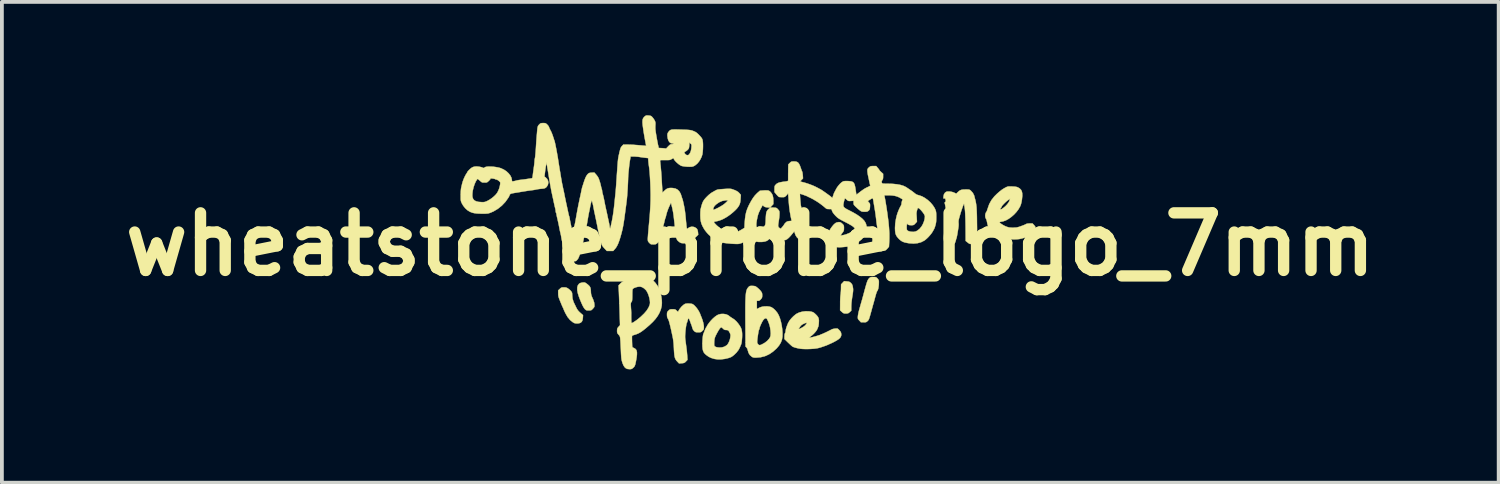
<source format=kicad_pcb>
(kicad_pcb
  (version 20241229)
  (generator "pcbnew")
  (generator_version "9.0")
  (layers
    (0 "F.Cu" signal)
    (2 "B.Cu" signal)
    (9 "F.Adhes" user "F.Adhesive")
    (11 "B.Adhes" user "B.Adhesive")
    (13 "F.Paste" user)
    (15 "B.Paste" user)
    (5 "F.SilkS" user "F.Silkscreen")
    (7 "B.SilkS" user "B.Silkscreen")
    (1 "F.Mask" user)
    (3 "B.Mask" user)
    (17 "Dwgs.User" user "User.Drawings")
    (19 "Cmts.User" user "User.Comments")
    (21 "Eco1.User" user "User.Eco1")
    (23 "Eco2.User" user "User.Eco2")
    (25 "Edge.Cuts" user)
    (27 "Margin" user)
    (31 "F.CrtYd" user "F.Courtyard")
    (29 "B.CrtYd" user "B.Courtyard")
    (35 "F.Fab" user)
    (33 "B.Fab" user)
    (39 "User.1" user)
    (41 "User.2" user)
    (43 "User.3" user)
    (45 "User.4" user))
  (footprint "wheatstone_probe_logo_7mm"
    (layer "F.Cu")
    (at 16.808 3.418)
    (property "Reference" "wheatstone_probe_logo_7mm" (at 0 0 0) (layer "F.SilkS") (effects (font (size 1.524 1.524) (thickness 0.3))))
    (attr through_hole)
    (fp_poly (pts (xy 2.555 0.98) (xy 2.595 0.984) (xy 2.621 0.991) (xy 2.642 1.004) (xy 2.664 1.023) (xy 2.686 1.048) (xy 2.7 1.074) (xy 2.71 1.109) (xy 2.713 1.127) (xy 2.718 1.156) (xy 2.721 1.183) (xy 2.721 1.212) (xy 2.719 1.245) (xy 2.714 1.288) (xy 2.706 1.342) (xy 2.694 1.413) (xy 2.694 1.416) (xy 2.685 1.481) (xy 2.677 1.549) (xy 2.673 1.614) (xy 2.672 1.651) (xy 2.672 1.755) (xy 2.631 1.792) (xy 2.606 1.813) (xy 2.585 1.824) (xy 2.558 1.828) (xy 2.53 1.829) (xy 2.494 1.828) (xy 2.47 1.822) (xy 2.448 1.809) (xy 2.423 1.787) (xy 2.377 1.745) (xy 2.378 1.576) (xy 2.378 1.513) (xy 2.38 1.451) (xy 2.383 1.395) (xy 2.387 1.352) (xy 2.389 1.336) (xy 2.394 1.293) (xy 2.398 1.239) (xy 2.401 1.183) (xy 2.401 1.161) (xy 2.403 1.058) (xy 2.484 0.973) (xy 2.555 0.98)) (stroke (width 0.01) (type solid)) (fill yes) (layer "F.SilkS"))
    (fp_poly (pts (xy -4.382 1.009) (xy -4.359 1.02) (xy -4.33 1.04) (xy -4.329 1.041) (xy -4.283 1.078) (xy -4.252 1.11) (xy -4.233 1.145) (xy -4.224 1.187) (xy -4.22 1.238) (xy -4.218 1.281) (xy -4.214 1.316) (xy -4.206 1.35) (xy -4.192 1.387) (xy -4.171 1.434) (xy -4.158 1.463) (xy -4.133 1.538) (xy -4.127 1.587) (xy -4.125 1.623) (xy -4.127 1.647) (xy -4.136 1.666) (xy -4.154 1.688) (xy -4.166 1.701) (xy -4.19 1.726) (xy -4.208 1.74) (xy -4.228 1.746) (xy -4.258 1.747) (xy -4.277 1.748) (xy -4.314 1.747) (xy -4.338 1.743) (xy -4.356 1.733) (xy -4.376 1.715) (xy -4.381 1.709) (xy -4.406 1.676) (xy -4.436 1.623) (xy -4.469 1.551) (xy -4.507 1.46) (xy -4.535 1.387) (xy -4.565 1.292) (xy -4.58 1.211) (xy -4.58 1.142) (xy -4.565 1.087) (xy -4.534 1.045) (xy -4.521 1.034) (xy -4.496 1.022) (xy -4.46 1.013) (xy -4.437 1.009) (xy -4.405 1.007) (xy -4.382 1.009)) (stroke (width 0.01) (type solid)) (fill yes) (layer "F.SilkS"))
    (fp_poly (pts (xy -4.893 1.139) (xy -4.864 1.146) (xy -4.837 1.159) (xy -4.822 1.169) (xy -4.788 1.195) (xy -4.756 1.225) (xy -4.745 1.237) (xy -4.729 1.259) (xy -4.719 1.28) (xy -4.715 1.306) (xy -4.714 1.345) (xy -4.714 1.347) (xy -4.706 1.431) (xy -4.681 1.516) (xy -4.66 1.562) (xy -4.649 1.584) (xy -4.632 1.619) (xy -4.613 1.658) (xy -4.609 1.668) (xy -4.585 1.712) (xy -4.561 1.748) (xy -4.529 1.783) (xy -4.5 1.81) (xy -4.427 1.874) (xy -4.432 1.948) (xy -4.441 2.006) (xy -4.461 2.048) (xy -4.494 2.075) (xy -4.54 2.09) (xy -4.589 2.092) (xy -4.629 2.09) (xy -4.661 2.081) (xy -4.695 2.061) (xy -4.699 2.059) (xy -4.771 2) (xy -4.835 1.923) (xy -4.889 1.83) (xy -4.893 1.822) (xy -4.912 1.782) (xy -4.927 1.75) (xy -4.936 1.729) (xy -4.938 1.723) (xy -4.942 1.711) (xy -4.952 1.687) (xy -4.964 1.664) (xy -4.978 1.633) (xy -4.997 1.589) (xy -5.018 1.538) (xy -5.036 1.494) (xy -5.057 1.441) (xy -5.071 1.401) (xy -5.079 1.368) (xy -5.083 1.336) (xy -5.084 1.299) (xy -5.084 1.297) (xy -5.085 1.218) (xy -5.042 1.178) (xy -5.018 1.156) (xy -4.997 1.144) (xy -4.974 1.139) (xy -4.939 1.138) (xy -4.934 1.138) (xy -4.893 1.139)) (stroke (width 0.01) (type solid)) (fill yes) (layer "F.SilkS"))
    (fp_poly (pts (xy 3.293 0.864) (xy 3.318 0.867) (xy 3.336 0.874) (xy 3.352 0.888) (xy 3.367 0.904) (xy 3.388 0.93) (xy 3.399 0.952) (xy 3.403 0.98) (xy 3.403 1.003) (xy 3.401 1.068) (xy 3.394 1.127) (xy 3.385 1.176) (xy 3.373 1.211) (xy 3.366 1.223) (xy 3.354 1.242) (xy 3.34 1.276) (xy 3.327 1.317) (xy 3.323 1.331) (xy 3.309 1.38) (xy 3.293 1.439) (xy 3.277 1.499) (xy 3.27 1.524) (xy 3.254 1.58) (xy 3.237 1.64) (xy 3.222 1.696) (xy 3.216 1.717) (xy 3.194 1.798) (xy 3.176 1.862) (xy 3.162 1.911) (xy 3.15 1.948) (xy 3.141 1.974) (xy 3.132 1.993) (xy 3.124 2.007) (xy 3.115 2.018) (xy 3.104 2.029) (xy 3.103 2.029) (xy 3.083 2.047) (xy 3.065 2.057) (xy 3.041 2.061) (xy 3.005 2.062) (xy 2.999 2.062) (xy 2.929 2.062) (xy 2.886 2.016) (xy 2.862 1.99) (xy 2.85 1.97) (xy 2.846 1.948) (xy 2.847 1.916) (xy 2.847 1.907) (xy 2.852 1.868) (xy 2.861 1.818) (xy 2.873 1.767) (xy 2.878 1.748) (xy 2.892 1.697) (xy 2.909 1.636) (xy 2.927 1.572) (xy 2.941 1.524) (xy 2.959 1.462) (xy 2.978 1.393) (xy 2.996 1.327) (xy 3.007 1.285) (xy 3.032 1.192) (xy 3.053 1.117) (xy 3.07 1.057) (xy 3.085 1.01) (xy 3.098 0.973) (xy 3.11 0.946) (xy 3.122 0.925) (xy 3.134 0.909) (xy 3.145 0.897) (xy 3.163 0.88) (xy 3.18 0.87) (xy 3.202 0.865) (xy 3.234 0.864) (xy 3.254 0.864) (xy 3.293 0.864)) (stroke (width 0.01) (type solid)) (fill yes) (layer "F.SilkS"))
    (fp_poly (pts (xy -0.646 1.85) (xy -0.588 1.874) (xy -0.554 1.899) (xy -0.524 1.923) (xy -0.491 1.944) (xy -0.488 1.946) (xy -0.427 1.985) (xy -0.366 2.041) (xy -0.319 2.097) (xy -0.278 2.155) (xy -0.249 2.206) (xy -0.231 2.256) (xy -0.221 2.312) (xy -0.217 2.351) (xy -0.216 2.399) (xy -0.217 2.453) (xy -0.221 2.509) (xy -0.226 2.562) (xy -0.233 2.608) (xy -0.241 2.641) (xy -0.245 2.651) (xy -0.253 2.669) (xy -0.266 2.699) (xy -0.274 2.72) (xy -0.311 2.792) (xy -0.367 2.864) (xy -0.432 2.927) (xy -0.47 2.957) (xy -0.503 2.979) (xy -0.54 2.995) (xy -0.587 3.01) (xy -0.677 3.031) (xy -0.77 3.042) (xy -0.86 3.043) (xy -0.94 3.033) (xy -0.962 3.028) (xy -1.038 3.004) (xy -1.102 2.973) (xy -1.161 2.931) (xy -1.172 2.922) (xy -1.208 2.889) (xy -1.233 2.855) (xy -1.25 2.816) (xy -1.261 2.768) (xy -1.267 2.705) (xy -1.267 2.688) (xy -1.268 2.65) (xy -0.956 2.65) (xy -0.955 2.676) (xy -0.953 2.681) (xy -0.936 2.702) (xy -0.903 2.718) (xy -0.859 2.727) (xy -0.81 2.73) (xy -0.758 2.727) (xy -0.71 2.716) (xy -0.669 2.699) (xy -0.669 2.699) (xy -0.639 2.68) (xy -0.615 2.662) (xy -0.607 2.654) (xy -0.582 2.617) (xy -0.558 2.567) (xy -0.539 2.511) (xy -0.529 2.463) (xy -0.524 2.423) (xy -0.524 2.395) (xy -0.53 2.371) (xy -0.54 2.347) (xy -0.561 2.307) (xy -0.579 2.283) (xy -0.6 2.27) (xy -0.627 2.266) (xy -0.64 2.266) (xy -0.672 2.263) (xy -0.695 2.253) (xy -0.72 2.232) (xy -0.721 2.23) (xy -0.744 2.209) (xy -0.762 2.196) (xy -0.768 2.195) (xy -0.786 2.204) (xy -0.809 2.229) (xy -0.837 2.27) (xy -0.868 2.323) (xy -0.895 2.374) (xy -0.919 2.422) (xy -0.934 2.458) (xy -0.944 2.489) (xy -0.95 2.523) (xy -0.954 2.564) (xy -0.954 2.57) (xy -0.956 2.613) (xy -0.956 2.65) (xy -1.268 2.65) (xy -1.268 2.639) (xy -1.267 2.584) (xy -1.264 2.527) (xy -1.26 2.472) (xy -1.254 2.424) (xy -1.248 2.386) (xy -1.241 2.364) (xy -1.24 2.362) (xy -1.233 2.348) (xy -1.222 2.321) (xy -1.209 2.286) (xy -1.194 2.248) (xy -1.179 2.215) (xy -1.167 2.196) (xy -1.153 2.176) (xy -1.148 2.163) (xy -1.142 2.151) (xy -1.127 2.127) (xy -1.105 2.096) (xy -1.093 2.079) (xy -1.043 2.018) (xy -0.989 1.962) (xy -0.934 1.914) (xy -0.883 1.878) (xy -0.845 1.859) (xy -0.779 1.842) (xy -0.711 1.84) (xy -0.646 1.85)) (stroke (width 0.01) (type solid)) (fill yes) (layer "F.SilkS"))
    (fp_poly (pts (xy 1.552 1.772) (xy 1.609 1.78) (xy 1.642 1.789) (xy 1.668 1.8) (xy 1.694 1.818) (xy 1.726 1.847) (xy 1.734 1.854) (xy 1.772 1.895) (xy 1.797 1.932) (xy 1.811 1.972) (xy 1.816 2.019) (xy 1.813 2.081) (xy 1.813 2.086) (xy 1.809 2.126) (xy 1.804 2.158) (xy 1.799 2.177) (xy 1.798 2.179) (xy 1.791 2.195) (xy 1.781 2.221) (xy 1.779 2.228) (xy 1.759 2.269) (xy 1.725 2.315) (xy 1.681 2.364) (xy 1.632 2.409) (xy 1.613 2.423) (xy 1.549 2.472) (xy 1.599 2.464) (xy 1.631 2.458) (xy 1.672 2.448) (xy 1.718 2.436) (xy 1.765 2.422) (xy 1.808 2.409) (xy 1.841 2.398) (xy 1.861 2.389) (xy 1.864 2.387) (xy 1.882 2.378) (xy 1.888 2.377) (xy 1.901 2.373) (xy 1.928 2.361) (xy 1.966 2.344) (xy 2.01 2.324) (xy 2.056 2.301) (xy 2.1 2.279) (xy 2.139 2.259) (xy 2.16 2.248) (xy 2.182 2.24) (xy 2.216 2.233) (xy 2.245 2.229) (xy 2.28 2.226) (xy 2.302 2.227) (xy 2.319 2.235) (xy 2.339 2.253) (xy 2.343 2.257) (xy 2.381 2.299) (xy 2.402 2.34) (xy 2.408 2.385) (xy 2.404 2.42) (xy 2.392 2.451) (xy 2.369 2.481) (xy 2.334 2.511) (xy 2.284 2.544) (xy 2.218 2.58) (xy 2.179 2.6) (xy 2.014 2.674) (xy 1.854 2.729) (xy 1.793 2.745) (xy 1.742 2.754) (xy 1.676 2.762) (xy 1.601 2.767) (xy 1.523 2.77) (xy 1.448 2.77) (xy 1.38 2.767) (xy 1.337 2.763) (xy 1.272 2.752) (xy 1.211 2.738) (xy 1.161 2.723) (xy 1.124 2.708) (xy 1.119 2.705) (xy 1.102 2.692) (xy 1.074 2.668) (xy 1.039 2.636) (xy 1.001 2.6) (xy 0.998 2.597) (xy 0.904 2.505) (xy 0.904 2.438) (xy 0.907 2.39) (xy 0.915 2.358) (xy 0.919 2.351) (xy 0.93 2.327) (xy 0.934 2.301) (xy 0.939 2.261) (xy 0.945 2.238) (xy 1.28 2.238) (xy 1.288 2.24) (xy 1.31 2.233) (xy 1.341 2.218) (xy 1.378 2.198) (xy 1.406 2.181) (xy 1.442 2.153) (xy 1.471 2.123) (xy 1.489 2.095) (xy 1.494 2.078) (xy 1.485 2.075) (xy 1.465 2.08) (xy 1.436 2.09) (xy 1.403 2.106) (xy 1.372 2.123) (xy 1.356 2.134) (xy 1.34 2.149) (xy 1.32 2.174) (xy 1.301 2.201) (xy 1.286 2.224) (xy 1.28 2.238) (xy 0.945 2.238) (xy 0.952 2.21) (xy 0.972 2.152) (xy 0.995 2.095) (xy 1.008 2.068) (xy 1.042 2.013) (xy 1.089 1.956) (xy 1.143 1.901) (xy 1.2 1.854) (xy 1.226 1.836) (xy 1.295 1.803) (xy 1.376 1.781) (xy 1.463 1.77) (xy 1.552 1.772)) (stroke (width 0.01) (type solid)) (fill yes) (layer "F.SilkS"))
    (fp_poly (pts (xy -1.62 1.566) (xy -1.576 1.569) (xy -1.54 1.576) (xy -1.532 1.579) (xy -1.497 1.601) (xy -1.459 1.638) (xy -1.419 1.684) (xy -1.381 1.738) (xy -1.349 1.793) (xy -1.326 1.844) (xy -1.312 1.883) (xy -1.296 1.922) (xy -1.29 1.935) (xy -1.263 2.01) (xy -1.243 2.084) (xy -1.231 2.152) (xy -1.229 2.186) (xy -1.23 2.222) (xy -1.234 2.246) (xy -1.245 2.265) (xy -1.264 2.285) (xy -1.268 2.289) (xy -1.289 2.309) (xy -1.307 2.32) (xy -1.329 2.325) (xy -1.362 2.327) (xy -1.378 2.327) (xy -1.417 2.326) (xy -1.442 2.322) (xy -1.462 2.313) (xy -1.482 2.297) (xy -1.486 2.294) (xy -1.516 2.257) (xy -1.534 2.21) (xy -1.534 2.21) (xy -1.544 2.173) (xy -1.555 2.139) (xy -1.559 2.129) (xy -1.571 2.1) (xy -1.584 2.064) (xy -1.59 2.047) (xy -1.602 2.013) (xy -1.615 1.982) (xy -1.62 1.971) (xy -1.634 1.946) (xy -1.65 1.985) (xy -1.66 2.014) (xy -1.666 2.037) (xy -1.666 2.041) (xy -1.672 2.062) (xy -1.676 2.068) (xy -1.684 2.085) (xy -1.692 2.118) (xy -1.7 2.164) (xy -1.708 2.219) (xy -1.715 2.278) (xy -1.72 2.338) (xy -1.724 2.394) (xy -1.725 2.444) (xy -1.724 2.479) (xy -1.721 2.51) (xy -1.715 2.556) (xy -1.708 2.61) (xy -1.7 2.667) (xy -1.699 2.677) (xy -1.69 2.743) (xy -1.681 2.814) (xy -1.675 2.883) (xy -1.67 2.938) (xy -1.663 3.056) (xy -1.703 3.098) (xy -1.725 3.12) (xy -1.745 3.133) (xy -1.768 3.14) (xy -1.804 3.145) (xy -1.814 3.145) (xy -1.885 3.151) (xy -1.932 3.102) (xy -1.957 3.074) (xy -1.976 3.045) (xy -1.991 3.013) (xy -2.002 2.973) (xy -2.01 2.923) (xy -2.016 2.86) (xy -2.021 2.781) (xy -2.022 2.753) (xy -2.026 2.675) (xy -2.031 2.609) (xy -2.038 2.55) (xy -2.047 2.49) (xy -2.06 2.422) (xy -2.067 2.393) (xy -2.09 2.285) (xy -2.11 2.195) (xy -2.128 2.123) (xy -2.143 2.065) (xy -2.156 2.021) (xy -2.168 1.989) (xy -2.179 1.968) (xy -2.181 1.965) (xy -2.195 1.939) (xy -2.202 1.911) (xy -2.205 1.872) (xy -2.205 1.861) (xy -2.204 1.824) (xy -2.2 1.799) (xy -2.191 1.781) (xy -2.173 1.761) (xy -2.166 1.755) (xy -2.145 1.735) (xy -2.126 1.723) (xy -2.104 1.718) (xy -2.071 1.717) (xy -2.057 1.717) (xy -2.019 1.718) (xy -1.995 1.721) (xy -1.976 1.73) (xy -1.956 1.747) (xy -1.949 1.755) (xy -1.927 1.774) (xy -1.913 1.783) (xy -1.91 1.782) (xy -1.905 1.769) (xy -1.891 1.744) (xy -1.872 1.713) (xy -1.871 1.711) (xy -1.824 1.652) (xy -1.771 1.603) (xy -1.73 1.576) (xy -1.704 1.569) (xy -1.665 1.565) (xy -1.62 1.566)) (stroke (width 0.01) (type solid)) (fill yes) (layer "F.SilkS"))
    (fp_poly (pts (xy 5.745 -1.453) (xy 5.777 -1.451) (xy 5.798 -1.447) (xy 5.814 -1.439) (xy 5.831 -1.426) (xy 5.838 -1.42) (xy 5.89 -1.362) (xy 5.924 -1.295) (xy 5.934 -1.257) (xy 5.942 -1.223) (xy 5.95 -1.194) (xy 5.953 -1.184) (xy 5.958 -1.165) (xy 5.965 -1.132) (xy 5.973 -1.09) (xy 5.978 -1.056) (xy 5.983 -1.02) (xy 5.987 -0.979) (xy 5.99 -0.928) (xy 5.993 -0.867) (xy 5.996 -0.793) (xy 5.998 -0.704) (xy 5.999 -0.597) (xy 6 -0.53) (xy 6.005 -0.112) (xy 5.961 -0.064) (xy 5.934 -0.038) (xy 5.912 -0.023) (xy 5.888 -0.016) (xy 5.861 -0.013) (xy 5.83 -0.011) (xy 5.808 -0.014) (xy 5.786 -0.025) (xy 5.758 -0.046) (xy 5.753 -0.05) (xy 5.7 -0.092) (xy 5.699 -0.287) (xy 5.698 -0.439) (xy 5.696 -0.575) (xy 5.693 -0.694) (xy 5.689 -0.794) (xy 5.684 -0.877) (xy 5.678 -0.94) (xy 5.674 -0.968) (xy 5.667 -1.009) (xy 5.662 -1.043) (xy 5.659 -1.065) (xy 5.659 -1.068) (xy 5.656 -1.076) (xy 5.654 -1.075) (xy 5.648 -1.063) (xy 5.637 -1.036) (xy 5.622 -0.998) (xy 5.607 -0.954) (xy 5.591 -0.909) (xy 5.577 -0.866) (xy 5.567 -0.833) (xy 5.553 -0.787) (xy 5.538 -0.734) (xy 5.527 -0.696) (xy 5.514 -0.642) (xy 5.51 -0.597) (xy 5.512 -0.571) (xy 5.514 -0.532) (xy 5.512 -0.484) (xy 5.507 -0.444) (xy 5.493 -0.352) (xy 5.481 -0.28) (xy 5.471 -0.225) (xy 5.463 -0.187) (xy 5.458 -0.166) (xy 5.456 -0.161) (xy 5.448 -0.141) (xy 5.441 -0.111) (xy 5.44 -0.105) (xy 5.423 -0.052) (xy 5.393 -0.014) (xy 5.349 0.01) (xy 5.291 0.02) (xy 5.276 0.02) (xy 5.24 0.019) (xy 5.216 0.014) (xy 5.195 0.002) (xy 5.173 -0.018) (xy 5.146 -0.048) (xy 5.131 -0.079) (xy 5.126 -0.104) (xy 5.122 -0.159) (xy 5.125 -0.231) (xy 5.134 -0.319) (xy 5.149 -0.421) (xy 5.169 -0.535) (xy 5.181 -0.594) (xy 5.191 -0.642) (xy 5.196 -0.681) (xy 5.198 -0.718) (xy 5.196 -0.76) (xy 5.192 -0.813) (xy 5.177 -0.938) (xy 5.155 -1.053) (xy 5.146 -1.088) (xy 5.145 -1.11) (xy 5.159 -1.123) (xy 5.159 -1.123) (xy 5.17 -1.132) (xy 5.173 -1.146) (xy 5.17 -1.173) (xy 5.169 -1.177) (xy 5.162 -1.204) (xy 5.154 -1.216) (xy 5.14 -1.217) (xy 5.134 -1.216) (xy 5.119 -1.214) (xy 5.112 -1.219) (xy 5.111 -1.235) (xy 5.113 -1.267) (xy 5.125 -1.323) (xy 5.152 -1.366) (xy 5.183 -1.39) (xy 5.216 -1.399) (xy 5.261 -1.4) (xy 5.313 -1.394) (xy 5.363 -1.382) (xy 5.395 -1.369) (xy 5.451 -1.342) (xy 5.491 -1.381) (xy 5.526 -1.412) (xy 5.558 -1.433) (xy 5.592 -1.445) (xy 5.635 -1.451) (xy 5.692 -1.453) (xy 5.699 -1.453) (xy 5.745 -1.453)) (stroke (width 0.01) (type solid)) (fill yes) (layer "F.SilkS"))
    (fp_poly (pts (xy 0.049 1.098) (xy 0.088 1.1) (xy 0.12 1.105) (xy 0.138 1.11) (xy 0.18 1.14) (xy 0.225 1.179) (xy 0.266 1.221) (xy 0.279 1.238) (xy 0.299 1.266) (xy 0.31 1.29) (xy 0.314 1.318) (xy 0.315 1.348) (xy 0.314 1.385) (xy 0.309 1.409) (xy 0.297 1.43) (xy 0.278 1.453) (xy 0.252 1.479) (xy 0.229 1.491) (xy 0.207 1.494) (xy 0.173 1.494) (xy 0.173 1.607) (xy 0.173 1.656) (xy 0.174 1.687) (xy 0.176 1.705) (xy 0.18 1.71) (xy 0.186 1.708) (xy 0.191 1.704) (xy 0.209 1.692) (xy 0.24 1.676) (xy 0.264 1.665) (xy 0.317 1.649) (xy 0.38 1.641) (xy 0.445 1.64) (xy 0.505 1.647) (xy 0.555 1.661) (xy 0.559 1.663) (xy 0.608 1.695) (xy 0.66 1.743) (xy 0.71 1.804) (xy 0.725 1.826) (xy 0.757 1.886) (xy 0.786 1.962) (xy 0.811 2.05) (xy 0.831 2.145) (xy 0.845 2.243) (xy 0.852 2.339) (xy 0.851 2.43) (xy 0.851 2.439) (xy 0.837 2.523) (xy 0.807 2.602) (xy 0.759 2.679) (xy 0.697 2.752) (xy 0.599 2.84) (xy 0.496 2.909) (xy 0.388 2.958) (xy 0.274 2.987) (xy 0.155 2.997) (xy 0.153 2.997) (xy 0.109 2.996) (xy 0.079 2.992) (xy 0.056 2.983) (xy 0.041 2.974) (xy -0.012 2.928) (xy -0.046 2.872) (xy -0.062 2.819) (xy -0.077 2.766) (xy -0.099 2.73) (xy -0.126 2.702) (xy -0.127 2.566) (xy 0.182 2.566) (xy 0.182 2.592) (xy 0.186 2.611) (xy 0.195 2.628) (xy 0.205 2.641) (xy 0.223 2.66) (xy 0.244 2.667) (xy 0.272 2.662) (xy 0.309 2.646) (xy 0.381 2.606) (xy 0.445 2.557) (xy 0.495 2.503) (xy 0.521 2.464) (xy 0.536 2.419) (xy 0.541 2.36) (xy 0.536 2.284) (xy 0.523 2.196) (xy 0.512 2.149) (xy 0.496 2.099) (xy 0.478 2.05) (xy 0.459 2.008) (xy 0.441 1.975) (xy 0.426 1.957) (xy 0.423 1.955) (xy 0.397 1.955) (xy 0.369 1.974) (xy 0.339 2.007) (xy 0.311 2.055) (xy 0.31 2.057) (xy 0.282 2.115) (xy 0.263 2.159) (xy 0.251 2.19) (xy 0.245 2.212) (xy 0.244 2.223) (xy 0.24 2.243) (xy 0.235 2.25) (xy 0.228 2.264) (xy 0.219 2.296) (xy 0.21 2.347) (xy 0.2 2.414) (xy 0.191 2.474) (xy 0.185 2.528) (xy 0.182 2.566) (xy -0.127 2.566) (xy -0.13 2.08) (xy -0.131 1.927) (xy -0.131 1.792) (xy -0.131 1.675) (xy -0.13 1.574) (xy -0.128 1.488) (xy -0.125 1.415) (xy -0.121 1.353) (xy -0.116 1.303) (xy -0.11 1.261) (xy -0.102 1.227) (xy -0.093 1.199) (xy -0.082 1.176) (xy -0.069 1.156) (xy -0.055 1.138) (xy -0.054 1.137) (xy -0.034 1.116) (xy -0.017 1.104) (xy 0.004 1.099) (xy 0.036 1.098) (xy 0.049 1.098)) (stroke (width 0.01) (type solid)) (fill yes) (layer "F.SilkS"))
    (fp_poly (pts (xy 6.904 -1.533) (xy 6.933 -1.532) (xy 6.989 -1.529) (xy 7.03 -1.524) (xy 7.061 -1.517) (xy 7.085 -1.507) (xy 7.087 -1.506) (xy 7.132 -1.478) (xy 7.165 -1.444) (xy 7.186 -1.403) (xy 7.197 -1.352) (xy 7.199 -1.287) (xy 7.191 -1.206) (xy 7.19 -1.193) (xy 7.178 -1.122) (xy 7.164 -1.065) (xy 7.147 -1.018) (xy 7.143 -1.009) (xy 7.1 -0.933) (xy 7.045 -0.859) (xy 6.981 -0.79) (xy 6.91 -0.728) (xy 6.836 -0.675) (xy 6.763 -0.635) (xy 6.692 -0.61) (xy 6.661 -0.604) (xy 6.629 -0.599) (xy 6.606 -0.593) (xy 6.598 -0.589) (xy 6.602 -0.577) (xy 6.62 -0.558) (xy 6.65 -0.537) (xy 6.686 -0.514) (xy 6.726 -0.492) (xy 6.766 -0.474) (xy 6.773 -0.471) (xy 6.815 -0.457) (xy 6.851 -0.448) (xy 6.888 -0.444) (xy 6.935 -0.443) (xy 6.955 -0.443) (xy 7.004 -0.444) (xy 7.043 -0.447) (xy 7.081 -0.455) (xy 7.123 -0.467) (xy 7.162 -0.481) (xy 7.208 -0.498) (xy 7.249 -0.514) (xy 7.281 -0.528) (xy 7.294 -0.536) (xy 7.319 -0.547) (xy 7.356 -0.552) (xy 7.395 -0.554) (xy 7.469 -0.554) (xy 7.509 -0.511) (xy 7.531 -0.486) (xy 7.543 -0.466) (xy 7.548 -0.442) (xy 7.549 -0.406) (xy 7.549 -0.403) (xy 7.547 -0.361) (xy 7.541 -0.333) (xy 7.528 -0.311) (xy 7.528 -0.311) (xy 7.499 -0.285) (xy 7.453 -0.257) (xy 7.395 -0.228) (xy 7.327 -0.2) (xy 7.254 -0.175) (xy 7.178 -0.154) (xy 7.122 -0.142) (xy 7.077 -0.137) (xy 7.017 -0.134) (xy 6.949 -0.134) (xy 6.88 -0.136) (xy 6.814 -0.141) (xy 6.759 -0.148) (xy 6.741 -0.152) (xy 6.697 -0.161) (xy 6.665 -0.169) (xy 6.637 -0.179) (xy 6.607 -0.192) (xy 6.568 -0.21) (xy 6.554 -0.217) (xy 6.508 -0.244) (xy 6.458 -0.283) (xy 6.408 -0.328) (xy 6.362 -0.375) (xy 6.325 -0.421) (xy 6.301 -0.46) (xy 6.301 -0.461) (xy 6.287 -0.499) (xy 6.275 -0.545) (xy 6.267 -0.583) (xy 6.259 -0.624) (xy 6.248 -0.659) (xy 6.237 -0.679) (xy 6.222 -0.713) (xy 6.217 -0.755) (xy 6.221 -0.8) (xy 6.234 -0.838) (xy 6.243 -0.851) (xy 6.258 -0.877) (xy 6.274 -0.916) (xy 6.277 -0.927) (xy 6.616 -0.927) (xy 6.628 -0.925) (xy 6.653 -0.935) (xy 6.686 -0.956) (xy 6.749 -1.007) (xy 6.802 -1.063) (xy 6.842 -1.12) (xy 6.867 -1.175) (xy 6.868 -1.178) (xy 6.877 -1.209) (xy 6.818 -1.169) (xy 6.788 -1.146) (xy 6.755 -1.117) (xy 6.722 -1.085) (xy 6.692 -1.054) (xy 6.669 -1.027) (xy 6.656 -1.008) (xy 6.655 -1.003) (xy 6.649 -0.989) (xy 6.635 -0.969) (xy 6.634 -0.968) (xy 6.617 -0.942) (xy 6.616 -0.927) (xy 6.277 -0.927) (xy 6.287 -0.961) (xy 6.325 -1.068) (xy 6.382 -1.171) (xy 6.459 -1.269) (xy 6.535 -1.344) (xy 6.597 -1.398) (xy 6.651 -1.441) (xy 6.701 -1.474) (xy 6.752 -1.503) (xy 6.76 -1.507) (xy 6.787 -1.52) (xy 6.809 -1.528) (xy 6.832 -1.533) (xy 6.862 -1.534) (xy 6.904 -1.533)) (stroke (width 0.01) (type solid)) (fill yes) (layer "F.SilkS"))
    (fp_poly (pts (xy -2.835 0.809) (xy -2.771 0.824) (xy -2.71 0.851) (xy -2.681 0.869) (xy -2.59 0.938) (xy -2.511 1.019) (xy -2.447 1.109) (xy -2.4 1.205) (xy -2.378 1.278) (xy -2.355 1.382) (xy -2.343 1.472) (xy -2.34 1.551) (xy -2.345 1.625) (xy -2.361 1.695) (xy -2.371 1.73) (xy -2.405 1.813) (xy -2.45 1.892) (xy -2.507 1.971) (xy -2.58 2.052) (xy -2.67 2.137) (xy -2.693 2.157) (xy -2.766 2.22) (xy -2.828 2.269) (xy -2.881 2.308) (xy -2.93 2.339) (xy -2.976 2.362) (xy -3.022 2.38) (xy -3.066 2.394) (xy -3.102 2.405) (xy -3.122 2.415) (xy -3.13 2.427) (xy -3.131 2.432) (xy -3.132 2.456) (xy -3.132 2.492) (xy -3.131 2.537) (xy -3.13 2.585) (xy -3.128 2.632) (xy -3.127 2.672) (xy -3.125 2.701) (xy -3.123 2.713) (xy -3.112 2.727) (xy -3.088 2.74) (xy -3.085 2.741) (xy -3.05 2.759) (xy -3.024 2.784) (xy -3.008 2.818) (xy -3 2.863) (xy -3.001 2.922) (xy -3.01 2.997) (xy -3.016 3.033) (xy -3.028 3.1) (xy -3.038 3.15) (xy -3.048 3.187) (xy -3.058 3.214) (xy -3.07 3.235) (xy -3.086 3.253) (xy -3.099 3.265) (xy -3.125 3.287) (xy -3.147 3.298) (xy -3.175 3.302) (xy -3.198 3.302) (xy -3.251 3.297) (xy -3.289 3.282) (xy -3.324 3.252) (xy -3.355 3.206) (xy -3.382 3.142) (xy -3.392 3.109) (xy -3.401 3.078) (xy -3.408 3.044) (xy -3.413 3.006) (xy -3.417 2.957) (xy -3.421 2.896) (xy -3.424 2.824) (xy -3.427 2.754) (xy -3.431 2.684) (xy -3.434 2.619) (xy -3.437 2.564) (xy -3.44 2.525) (xy -3.444 2.481) (xy -3.448 2.451) (xy -3.456 2.43) (xy -3.468 2.411) (xy -3.486 2.39) (xy -3.508 2.364) (xy -3.52 2.343) (xy -3.525 2.317) (xy -3.526 2.286) (xy -3.524 2.25) (xy -3.519 2.225) (xy -3.506 2.204) (xy -3.487 2.182) (xy -3.448 2.139) (xy -3.46 1.758) (xy -3.463 1.664) (xy -3.466 1.59) (xy -3.164 1.59) (xy -3.162 1.628) (xy -3.159 1.681) (xy -3.155 1.732) (xy -3.153 1.778) (xy -3.151 1.813) (xy -3.151 1.832) (xy -3.151 1.833) (xy -3.152 1.852) (xy -3.152 1.885) (xy -3.152 1.929) (xy -3.151 1.968) (xy -3.15 2.022) (xy -3.147 2.057) (xy -3.143 2.077) (xy -3.137 2.083) (xy -3.122 2.077) (xy -3.097 2.064) (xy -3.078 2.052) (xy -3.03 2.02) (xy -2.991 1.992) (xy -2.955 1.963) (xy -2.915 1.929) (xy -2.893 1.91) (xy -2.809 1.829) (xy -2.743 1.752) (xy -2.695 1.677) (xy -2.663 1.603) (xy -2.661 1.596) (xy -2.654 1.548) (xy -2.658 1.489) (xy -2.67 1.423) (xy -2.689 1.356) (xy -2.713 1.293) (xy -2.742 1.238) (xy -2.765 1.207) (xy -2.814 1.162) (xy -2.866 1.131) (xy -2.916 1.118) (xy -2.926 1.118) (xy -2.975 1.122) (xy -3.027 1.135) (xy -3.073 1.153) (xy -3.098 1.168) (xy -3.107 1.175) (xy -3.113 1.185) (xy -3.118 1.199) (xy -3.12 1.222) (xy -3.122 1.257) (xy -3.123 1.306) (xy -3.123 1.344) (xy -3.124 1.405) (xy -3.126 1.449) (xy -3.128 1.479) (xy -3.132 1.5) (xy -3.137 1.514) (xy -3.145 1.524) (xy -3.147 1.526) (xy -3.155 1.537) (xy -3.161 1.548) (xy -3.164 1.565) (xy -3.164 1.59) (xy -3.466 1.59) (xy -3.467 1.571) (xy -3.47 1.481) (xy -3.473 1.398) (xy -3.476 1.326) (xy -3.478 1.267) (xy -3.48 1.233) (xy -3.487 1.088) (xy -3.444 1.042) (xy -3.419 1.018) (xy -3.399 1.001) (xy -3.389 0.996) (xy -3.376 0.989) (xy -3.355 0.971) (xy -3.332 0.949) (xy -3.286 0.908) (xy -3.238 0.875) (xy -3.183 0.851) (xy -3.118 0.832) (xy -3.039 0.817) (xy -2.994 0.812) (xy -2.908 0.805) (xy -2.835 0.809)) (stroke (width 0.01) (type solid)) (fill yes) (layer "F.SilkS"))
    (fp_poly (pts (xy 1.201 -2.192) (xy 1.236 -2.183) (xy 1.265 -2.164) (xy 1.289 -2.133) (xy 1.312 -2.088) (xy 1.335 -2.026) (xy 1.341 -2.007) (xy 1.354 -1.97) (xy 1.365 -1.941) (xy 1.373 -1.925) (xy 1.373 -1.924) (xy 1.378 -1.909) (xy 1.383 -1.879) (xy 1.388 -1.841) (xy 1.389 -1.83) (xy 1.395 -1.746) (xy 1.356 -1.707) (xy 1.334 -1.682) (xy 1.327 -1.667) (xy 1.332 -1.662) (xy 1.348 -1.657) (xy 1.378 -1.649) (xy 1.417 -1.639) (xy 1.433 -1.635) (xy 1.502 -1.614) (xy 1.579 -1.587) (xy 1.657 -1.557) (xy 1.727 -1.525) (xy 1.768 -1.504) (xy 1.802 -1.486) (xy 1.833 -1.469) (xy 1.849 -1.461) (xy 1.874 -1.447) (xy 1.904 -1.428) (xy 1.911 -1.423) (xy 1.993 -1.366) (xy 2.058 -1.319) (xy 2.106 -1.284) (xy 2.137 -1.259) (xy 2.145 -1.252) (xy 2.172 -1.228) (xy 2.195 -1.297) (xy 2.207 -1.333) (xy 2.218 -1.361) (xy 2.225 -1.376) (xy 2.225 -1.377) (xy 2.233 -1.39) (xy 2.247 -1.417) (xy 2.265 -1.451) (xy 2.271 -1.463) (xy 2.301 -1.514) (xy 2.339 -1.563) (xy 2.379 -1.608) (xy 2.419 -1.643) (xy 2.456 -1.666) (xy 2.475 -1.672) (xy 2.502 -1.675) (xy 2.541 -1.676) (xy 2.587 -1.675) (xy 2.601 -1.675) (xy 2.652 -1.67) (xy 2.691 -1.662) (xy 2.72 -1.646) (xy 2.743 -1.621) (xy 2.76 -1.584) (xy 2.773 -1.533) (xy 2.785 -1.464) (xy 2.789 -1.436) (xy 2.807 -1.313) (xy 2.868 -1.36) (xy 2.926 -1.405) (xy 2.973 -1.439) (xy 3.011 -1.465) (xy 3.046 -1.486) (xy 3.081 -1.504) (xy 3.105 -1.515) (xy 3.144 -1.534) (xy 3.167 -1.548) (xy 3.175 -1.559) (xy 3.174 -1.564) (xy 3.168 -1.583) (xy 3.161 -1.613) (xy 3.158 -1.626) (xy 3.152 -1.655) (xy 3.143 -1.697) (xy 3.132 -1.747) (xy 3.124 -1.785) (xy 3.113 -1.837) (xy 3.105 -1.886) (xy 3.1 -1.928) (xy 3.099 -1.949) (xy 3.1 -1.98) (xy 3.108 -2.002) (xy 3.125 -2.023) (xy 3.139 -2.036) (xy 3.162 -2.055) (xy 3.18 -2.066) (xy 3.203 -2.071) (xy 3.235 -2.073) (xy 3.255 -2.073) (xy 3.331 -2.073) (xy 3.372 -2.025) (xy 3.394 -1.999) (xy 3.409 -1.978) (xy 3.414 -1.969) (xy 3.421 -1.957) (xy 3.439 -1.937) (xy 3.465 -1.913) (xy 3.515 -1.868) (xy 3.515 -1.799) (xy 3.514 -1.756) (xy 3.508 -1.727) (xy 3.497 -1.706) (xy 3.495 -1.704) (xy 3.477 -1.672) (xy 3.478 -1.642) (xy 3.485 -1.625) (xy 3.491 -1.617) (xy 3.5 -1.612) (xy 3.516 -1.609) (xy 3.542 -1.607) (xy 3.582 -1.606) (xy 3.638 -1.605) (xy 3.65 -1.605) (xy 3.769 -1.602) (xy 3.877 -1.591) (xy 3.972 -1.574) (xy 4.052 -1.55) (xy 4.114 -1.52) (xy 4.125 -1.514) (xy 4.143 -1.502) (xy 4.163 -1.488) (xy 4.189 -1.471) (xy 4.225 -1.446) (xy 4.256 -1.426) (xy 4.294 -1.399) (xy 4.332 -1.369) (xy 4.353 -1.352) (xy 4.385 -1.328) (xy 4.421 -1.311) (xy 4.467 -1.298) (xy 4.544 -1.271) (xy 4.622 -1.228) (xy 4.698 -1.173) (xy 4.769 -1.108) (xy 4.83 -1.036) (xy 4.878 -0.962) (xy 4.898 -0.919) (xy 4.908 -0.891) (xy 4.915 -0.864) (xy 4.919 -0.834) (xy 4.921 -0.794) (xy 4.922 -0.741) (xy 4.922 -0.721) (xy 4.921 -0.658) (xy 4.919 -0.609) (xy 4.914 -0.569) (xy 4.906 -0.531) (xy 4.899 -0.505) (xy 4.887 -0.464) (xy 4.874 -0.429) (xy 4.864 -0.406) (xy 4.862 -0.403) (xy 4.849 -0.38) (xy 4.832 -0.349) (xy 4.828 -0.342) (xy 4.8 -0.298) (xy 4.761 -0.249) (xy 4.716 -0.198) (xy 4.669 -0.152) (xy 4.625 -0.115) (xy 4.607 -0.102) (xy 4.521 -0.058) (xy 4.426 -0.032) (xy 4.322 -0.022) (xy 4.208 -0.029) (xy 4.136 -0.041) (xy 4.077 -0.055) (xy 4.029 -0.073) (xy 3.988 -0.098) (xy 3.946 -0.133) (xy 3.913 -0.167) (xy 3.88 -0.207) (xy 3.857 -0.248) (xy 3.841 -0.295) (xy 3.833 -0.353) (xy 3.83 -0.425) (xy 3.83 -0.434) (xy 4.137 -0.434) (xy 4.142 -0.394) (xy 4.158 -0.368) (xy 4.189 -0.35) (xy 4.235 -0.338) (xy 4.252 -0.335) (xy 4.316 -0.331) (xy 4.37 -0.34) (xy 4.415 -0.36) (xy 4.48 -0.41) (xy 4.534 -0.476) (xy 4.568 -0.536) (xy 4.597 -0.608) (xy 4.615 -0.674) (xy 4.621 -0.73) (xy 4.619 -0.755) (xy 4.608 -0.783) (xy 4.587 -0.818) (xy 4.559 -0.856) (xy 4.528 -0.894) (xy 4.496 -0.927) (xy 4.467 -0.952) (xy 4.444 -0.964) (xy 4.439 -0.965) (xy 4.431 -0.956) (xy 4.422 -0.933) (xy 4.412 -0.901) (xy 4.404 -0.867) (xy 4.399 -0.836) (xy 4.398 -0.818) (xy 4.399 -0.794) (xy 4.401 -0.757) (xy 4.404 -0.712) (xy 4.405 -0.694) (xy 4.411 -0.601) (xy 4.368 -0.554) (xy 4.344 -0.529) (xy 4.326 -0.516) (xy 4.305 -0.51) (xy 4.275 -0.508) (xy 4.259 -0.508) (xy 4.219 -0.509) (xy 4.193 -0.515) (xy 4.174 -0.525) (xy 4.17 -0.529) (xy 4.147 -0.55) (xy 4.14 -0.489) (xy 4.137 -0.434) (xy 3.83 -0.434) (xy 3.83 -0.436) (xy 3.836 -0.549) (xy 3.854 -0.666) (xy 3.876 -0.761) (xy 3.89 -0.808) (xy 3.909 -0.861) (xy 3.931 -0.915) (xy 3.953 -0.964) (xy 3.973 -1.001) (xy 3.98 -1.013) (xy 3.998 -1.05) (xy 4.003 -1.081) (xy 4.007 -1.117) (xy 4.017 -1.153) (xy 4.018 -1.155) (xy 4.028 -1.178) (xy 4.031 -1.192) (xy 4.031 -1.193) (xy 4.021 -1.198) (xy 4.008 -1.206) (xy 3.944 -1.243) (xy 3.883 -1.269) (xy 3.82 -1.286) (xy 3.75 -1.296) (xy 3.666 -1.3) (xy 3.64 -1.3) (xy 3.596 -1.3) (xy 3.568 -1.299) (xy 3.554 -1.296) (xy 3.549 -1.29) (xy 3.551 -1.28) (xy 3.551 -1.278) (xy 3.556 -1.255) (xy 3.563 -1.218) (xy 3.572 -1.17) (xy 3.581 -1.117) (xy 3.59 -1.062) (xy 3.598 -1.012) (xy 3.605 -0.971) (xy 3.607 -0.96) (xy 3.612 -0.924) (xy 3.619 -0.876) (xy 3.627 -0.821) (xy 3.632 -0.782) (xy 3.656 -0.603) (xy 3.671 -0.441) (xy 3.68 -0.293) (xy 3.68 -0.158) (xy 3.678 -0.096) (xy 3.67 0.061) (xy 3.628 0.111) (xy 3.591 0.148) (xy 3.558 0.166) (xy 3.555 0.166) (xy 3.524 0.17) (xy 3.486 0.172) (xy 3.446 0.171) (xy 3.412 0.169) (xy 3.393 0.165) (xy 3.36 0.145) (xy 3.323 0.112) (xy 3.288 0.072) (xy 3.261 0.03) (xy 3.26 0.027) (xy 3.243 -0.008) (xy 3.234 -0.036) (xy 3.232 -0.067) (xy 3.233 -0.109) (xy 3.233 -0.109) (xy 3.235 -0.149) (xy 3.24 -0.175) (xy 3.248 -0.193) (xy 3.263 -0.209) (xy 3.269 -0.214) (xy 3.303 -0.237) (xy 3.339 -0.244) (xy 3.341 -0.244) (xy 3.379 -0.244) (xy 3.371 -0.343) (xy 3.367 -0.394) (xy 3.361 -0.444) (xy 3.355 -0.486) (xy 3.353 -0.498) (xy 3.348 -0.533) (xy 3.341 -0.58) (xy 3.335 -0.632) (xy 3.332 -0.66) (xy 3.325 -0.717) (xy 3.317 -0.784) (xy 3.307 -0.851) (xy 3.301 -0.889) (xy 3.291 -0.949) (xy 3.28 -1.014) (xy 3.27 -1.074) (xy 3.265 -1.107) (xy 3.258 -1.15) (xy 3.251 -1.186) (xy 3.245 -1.21) (xy 3.242 -1.216) (xy 3.234 -1.22) (xy 3.215 -1.214) (xy 3.185 -1.196) (xy 3.172 -1.188) (xy 3.108 -1.147) (xy 3.14 -1.11) (xy 3.156 -1.09) (xy 3.166 -1.073) (xy 3.169 -1.052) (xy 3.169 -1.02) (xy 3.168 -0.998) (xy 3.165 -0.958) (xy 3.161 -0.933) (xy 3.152 -0.915) (xy 3.138 -0.899) (xy 3.131 -0.893) (xy 3.112 -0.878) (xy 3.093 -0.869) (xy 3.068 -0.865) (xy 3.03 -0.864) (xy 3.024 -0.864) (xy 2.984 -0.865) (xy 2.956 -0.869) (xy 2.932 -0.878) (xy 2.906 -0.895) (xy 2.905 -0.896) (xy 2.876 -0.919) (xy 2.839 -0.95) (xy 2.803 -0.984) (xy 2.797 -0.989) (xy 2.766 -1.02) (xy 2.747 -1.041) (xy 2.737 -1.059) (xy 2.734 -1.079) (xy 2.733 -1.102) (xy 2.733 -1.154) (xy 2.663 -1.15) (xy 2.626 -1.148) (xy 2.601 -1.15) (xy 2.583 -1.158) (xy 2.563 -1.173) (xy 2.553 -1.183) (xy 2.529 -1.203) (xy 2.512 -1.216) (xy 2.507 -1.219) (xy 2.501 -1.21) (xy 2.492 -1.186) (xy 2.483 -1.153) (xy 2.474 -1.116) (xy 2.467 -1.079) (xy 2.464 -1.061) (xy 2.463 -1.031) (xy 2.467 -1.007) (xy 2.479 -0.985) (xy 2.502 -0.964) (xy 2.538 -0.941) (xy 2.589 -0.913) (xy 2.628 -0.894) (xy 2.732 -0.839) (xy 2.824 -0.785) (xy 2.902 -0.731) (xy 2.964 -0.68) (xy 3.009 -0.633) (xy 3.012 -0.63) (xy 3.042 -0.585) (xy 3.062 -0.542) (xy 3.074 -0.494) (xy 3.078 -0.437) (xy 3.077 -0.379) (xy 3.073 -0.279) (xy 3.021 -0.213) (xy 2.943 -0.13) (xy 2.854 -0.061) (xy 2.757 -0.009) (xy 2.707 0.01) (xy 2.671 0.022) (xy 2.643 0.033) (xy 2.627 0.04) (xy 2.626 0.041) (xy 2.613 0.047) (xy 2.592 0.053) (xy 2.559 0.059) (xy 2.511 0.065) (xy 2.454 0.071) (xy 2.361 0.077) (xy 2.285 0.072) (xy 2.22 0.056) (xy 2.165 0.029) (xy 2.117 -0.01) (xy 2.111 -0.017) (xy 2.078 -0.067) (xy 2.058 -0.127) (xy 2.052 -0.195) (xy 2.06 -0.267) (xy 2.082 -0.338) (xy 2.118 -0.406) (xy 2.119 -0.408) (xy 2.168 -0.477) (xy 2.213 -0.529) (xy 2.253 -0.563) (xy 2.284 -0.579) (xy 2.333 -0.589) (xy 2.372 -0.588) (xy 2.404 -0.573) (xy 2.436 -0.546) (xy 2.459 -0.522) (xy 2.472 -0.503) (xy 2.477 -0.482) (xy 2.479 -0.451) (xy 2.479 -0.431) (xy 2.478 -0.394) (xy 2.474 -0.367) (xy 2.464 -0.344) (xy 2.445 -0.316) (xy 2.433 -0.301) (xy 2.412 -0.271) (xy 2.397 -0.249) (xy 2.391 -0.238) (xy 2.391 -0.237) (xy 2.403 -0.236) (xy 2.428 -0.24) (xy 2.461 -0.246) (xy 2.496 -0.254) (xy 2.527 -0.263) (xy 2.545 -0.269) (xy 2.574 -0.281) (xy 2.609 -0.295) (xy 2.621 -0.3) (xy 2.657 -0.318) (xy 2.696 -0.341) (xy 2.715 -0.353) (xy 2.742 -0.375) (xy 2.758 -0.395) (xy 2.763 -0.416) (xy 2.755 -0.437) (xy 2.733 -0.461) (xy 2.697 -0.488) (xy 2.645 -0.52) (xy 2.577 -0.558) (xy 2.499 -0.598) (xy 2.433 -0.632) (xy 2.383 -0.659) (xy 2.344 -0.683) (xy 2.312 -0.705) (xy 2.286 -0.728) (xy 2.26 -0.754) (xy 2.255 -0.758) (xy 2.212 -0.807) (xy 2.183 -0.847) (xy 2.166 -0.881) (xy 2.159 -0.902) (xy 2.155 -0.92) (xy 2.147 -0.929) (xy 2.132 -0.934) (xy 2.103 -0.935) (xy 2.087 -0.935) (xy 2.05 -0.936) (xy 2.025 -0.94) (xy 2.004 -0.952) (xy 1.98 -0.972) (xy 1.978 -0.974) (xy 1.942 -1.005) (xy 1.896 -1.041) (xy 1.847 -1.078) (xy 1.801 -1.11) (xy 1.766 -1.133) (xy 1.737 -1.151) (xy 1.701 -1.172) (xy 1.687 -1.181) (xy 1.65 -1.202) (xy 1.607 -1.224) (xy 1.585 -1.235) (xy 1.551 -1.25) (xy 1.523 -1.264) (xy 1.51 -1.271) (xy 1.492 -1.28) (xy 1.462 -1.291) (xy 1.426 -1.304) (xy 1.388 -1.318) (xy 1.354 -1.329) (xy 1.328 -1.337) (xy 1.316 -1.339) (xy 1.315 -1.339) (xy 1.314 -1.327) (xy 1.315 -1.3) (xy 1.317 -1.261) (xy 1.32 -1.214) (xy 1.324 -1.164) (xy 1.329 -1.114) (xy 1.333 -1.07) (xy 1.337 -1.035) (xy 1.341 -1.014) (xy 1.342 -1.012) (xy 1.349 -0.98) (xy 1.351 -0.948) (xy 1.354 -0.924) (xy 1.359 -0.886) (xy 1.368 -0.84) (xy 1.378 -0.79) (xy 1.389 -0.742) (xy 1.4 -0.7) (xy 1.408 -0.67) (xy 1.413 -0.658) (xy 1.421 -0.633) (xy 1.422 -0.617) (xy 1.425 -0.592) (xy 1.432 -0.561) (xy 1.433 -0.556) (xy 1.442 -0.531) (xy 1.455 -0.52) (xy 1.475 -0.518) (xy 1.501 -0.513) (xy 1.529 -0.494) (xy 1.547 -0.477) (xy 1.588 -0.436) (xy 1.583 -0.32) (xy 1.58 -0.269) (xy 1.577 -0.233) (xy 1.572 -0.208) (xy 1.565 -0.189) (xy 1.554 -0.173) (xy 1.55 -0.168) (xy 1.51 -0.128) (xy 1.463 -0.107) (xy 1.42 -0.102) (xy 1.35 -0.111) (xy 1.289 -0.138) (xy 1.238 -0.181) (xy 1.2 -0.239) (xy 1.182 -0.287) (xy 1.172 -0.32) (xy 1.166 -0.337) (xy 1.16 -0.339) (xy 1.151 -0.33) (xy 1.149 -0.326) (xy 1.135 -0.309) (xy 1.112 -0.281) (xy 1.084 -0.247) (xy 1.067 -0.227) (xy 1.02 -0.177) (xy 0.978 -0.141) (xy 0.936 -0.118) (xy 0.889 -0.106) (xy 0.832 -0.102) (xy 0.816 -0.102) (xy 0.754 -0.104) (xy 0.706 -0.111) (xy 0.664 -0.126) (xy 0.622 -0.15) (xy 0.607 -0.161) (xy 0.559 -0.194) (xy 0.507 -0.146) (xy 0.467 -0.112) (xy 0.427 -0.089) (xy 0.381 -0.075) (xy 0.323 -0.066) (xy 0.309 -0.065) (xy 0.226 -0.064) (xy 0.145 -0.075) (xy 0.072 -0.098) (xy 0.042 -0.112) (xy 0.015 -0.126) (xy -0.007 -0.133) (xy -0.027 -0.133) (xy -0.052 -0.123) (xy -0.086 -0.104) (xy -0.107 -0.092) (xy -0.15 -0.07) (xy -0.201 -0.047) (xy -0.239 -0.032) (xy -0.271 -0.022) (xy -0.298 -0.015) (xy -0.326 -0.012) (xy -0.361 -0.011) (xy -0.407 -0.013) (xy -0.437 -0.014) (xy -0.502 -0.018) (xy -0.566 -0.024) (xy -0.626 -0.03) (xy -0.679 -0.037) (xy -0.721 -0.043) (xy -0.748 -0.049) (xy -0.758 -0.053) (xy -0.773 -0.06) (xy -0.787 -0.061) (xy -0.809 -0.066) (xy -0.842 -0.08) (xy -0.882 -0.1) (xy -0.922 -0.122) (xy -0.957 -0.145) (xy -0.965 -0.151) (xy -0.994 -0.173) (xy -1.021 -0.192) (xy -1.026 -0.195) (xy -1.068 -0.228) (xy -1.115 -0.272) (xy -1.161 -0.324) (xy -1.203 -0.378) (xy -1.231 -0.422) (xy -1.269 -0.491) (xy -1.295 -0.554) (xy -1.311 -0.617) (xy -1.32 -0.686) (xy -1.323 -0.768) (xy -1.323 -0.777) (xy -1.322 -0.837) (xy -1.32 -0.884) (xy -1.315 -0.921) (xy -0.984 -0.921) (xy -0.976 -0.917) (xy -0.959 -0.92) (xy -0.937 -0.928) (xy -0.903 -0.943) (xy -0.863 -0.962) (xy -0.848 -0.97) (xy -0.773 -1.012) (xy -0.712 -1.051) (xy -0.663 -1.09) (xy -0.62 -1.131) (xy -0.61 -1.142) (xy -0.584 -1.171) (xy -0.66 -1.165) (xy -0.745 -1.149) (xy -0.827 -1.113) (xy -0.906 -1.057) (xy -0.908 -1.055) (xy -0.941 -1.023) (xy -0.962 -0.994) (xy -0.977 -0.958) (xy -0.982 -0.939) (xy -0.984 -0.921) (xy -1.315 -0.921) (xy -1.315 -0.925) (xy -1.306 -0.966) (xy -1.293 -1.016) (xy -1.293 -1.017) (xy -1.274 -1.078) (xy -1.255 -1.125) (xy -1.233 -1.163) (xy -1.221 -1.181) (xy -1.188 -1.221) (xy -1.146 -1.265) (xy -1.101 -1.308) (xy -1.057 -1.344) (xy -1.02 -1.37) (xy -1.016 -1.373) (xy -0.987 -1.389) (xy -0.95 -1.41) (xy -0.925 -1.424) (xy -0.903 -1.436) (xy -0.883 -1.444) (xy -0.86 -1.451) (xy -0.832 -1.455) (xy -0.794 -1.459) (xy -0.742 -1.463) (xy -0.7 -1.466) (xy -0.636 -1.47) (xy -0.588 -1.472) (xy -0.552 -1.472) (xy -0.525 -1.47) (xy -0.501 -1.467) (xy -0.478 -1.46) (xy -0.471 -1.458) (xy -0.389 -1.427) (xy -0.325 -1.39) (xy -0.283 -1.349) (xy -0.251 -1.309) (xy -0.257 -1.211) (xy -0.262 -1.149) (xy -0.27 -1.101) (xy -0.283 -1.06) (xy -0.302 -1.022) (xy -0.322 -0.991) (xy -0.355 -0.948) (xy -0.403 -0.899) (xy -0.459 -0.848) (xy -0.521 -0.797) (xy -0.583 -0.752) (xy -0.642 -0.714) (xy -0.665 -0.701) (xy -0.693 -0.686) (xy -0.716 -0.673) (xy -0.764 -0.651) (xy -0.823 -0.63) (xy -0.881 -0.614) (xy -0.898 -0.611) (xy -0.931 -0.604) (xy -0.954 -0.599) (xy -0.962 -0.596) (xy -0.96 -0.584) (xy -0.945 -0.563) (xy -0.92 -0.535) (xy -0.888 -0.503) (xy -0.851 -0.469) (xy -0.813 -0.437) (xy -0.777 -0.409) (xy -0.745 -0.388) (xy -0.736 -0.383) (xy -0.68 -0.361) (xy -0.607 -0.345) (xy -0.519 -0.333) (xy -0.472 -0.329) (xy -0.423 -0.327) (xy -0.388 -0.326) (xy -0.362 -0.328) (xy -0.341 -0.334) (xy -0.318 -0.344) (xy -0.305 -0.351) (xy -0.264 -0.372) (xy -0.222 -0.396) (xy -0.202 -0.408) (xy -0.155 -0.437) (xy -0.149 -0.567) (xy -0.14 -0.676) (xy -0.127 -0.771) (xy -0.108 -0.857) (xy -0.081 -0.938) (xy -0.045 -1.02) (xy -0.027 -1.057) (xy 0.024 -1.151) (xy 0.072 -1.228) (xy 0.119 -1.291) (xy 0.168 -1.343) (xy 0.189 -1.363) (xy 0.255 -1.42) (xy 0.345 -1.427) (xy 0.405 -1.43) (xy 0.45 -1.429) (xy 0.484 -1.423) (xy 0.511 -1.409) (xy 0.535 -1.387) (xy 0.547 -1.373) (xy 0.576 -1.331) (xy 0.595 -1.284) (xy 0.606 -1.228) (xy 0.61 -1.157) (xy 0.61 -1.148) (xy 0.61 -1.066) (xy 0.523 -0.973) (xy 0.452 -0.979) (xy 0.41 -0.985) (xy 0.382 -0.993) (xy 0.361 -1.006) (xy 0.354 -1.012) (xy 0.327 -1.038) (xy 0.313 -1.013) (xy 0.277 -0.946) (xy 0.249 -0.891) (xy 0.228 -0.846) (xy 0.212 -0.804) (xy 0.199 -0.762) (xy 0.188 -0.716) (xy 0.187 -0.711) (xy 0.17 -0.628) (xy 0.161 -0.561) (xy 0.159 -0.507) (xy 0.163 -0.475) (xy 0.174 -0.43) (xy 0.187 -0.401) (xy 0.206 -0.385) (xy 0.221 -0.38) (xy 0.246 -0.375) (xy 0.26 -0.371) (xy 0.282 -0.374) (xy 0.309 -0.393) (xy 0.338 -0.424) (xy 0.366 -0.465) (xy 0.367 -0.465) (xy 0.381 -0.49) (xy 0.391 -0.51) (xy 0.398 -0.531) (xy 0.402 -0.556) (xy 0.405 -0.59) (xy 0.407 -0.637) (xy 0.409 -0.68) (xy 0.413 -0.75) (xy 0.418 -0.803) (xy 0.425 -0.844) (xy 0.437 -0.876) (xy 0.453 -0.903) (xy 0.476 -0.928) (xy 0.49 -0.941) (xy 0.511 -0.959) (xy 0.528 -0.97) (xy 0.547 -0.974) (xy 0.575 -0.975) (xy 0.612 -0.974) (xy 0.652 -0.971) (xy 0.679 -0.968) (xy 0.698 -0.96) (xy 0.715 -0.946) (xy 0.732 -0.927) (xy 0.752 -0.905) (xy 0.764 -0.887) (xy 0.77 -0.867) (xy 0.772 -0.838) (xy 0.772 -0.805) (xy 0.77 -0.76) (xy 0.765 -0.704) (xy 0.757 -0.645) (xy 0.751 -0.609) (xy 0.742 -0.551) (xy 0.737 -0.509) (xy 0.739 -0.479) (xy 0.747 -0.458) (xy 0.763 -0.441) (xy 0.778 -0.43) (xy 0.805 -0.413) (xy 0.849 -0.463) (xy 0.872 -0.49) (xy 0.888 -0.512) (xy 0.894 -0.524) (xy 0.901 -0.536) (xy 0.918 -0.557) (xy 0.933 -0.573) (xy 0.959 -0.596) (xy 0.984 -0.608) (xy 1.015 -0.615) (xy 1.033 -0.617) (xy 1.094 -0.622) (xy 1.07 -0.735) (xy 1.047 -0.862) (xy 1.028 -1.007) (xy 1.014 -1.167) (xy 1.011 -1.229) (xy 1.007 -1.278) (xy 1.004 -1.317) (xy 1.001 -1.342) (xy 0.999 -1.352) (xy 0.998 -1.351) (xy 0.989 -1.336) (xy 0.97 -1.312) (xy 0.952 -1.293) (xy 0.929 -1.27) (xy 0.91 -1.257) (xy 0.889 -1.251) (xy 0.858 -1.25) (xy 0.842 -1.25) (xy 0.805 -1.251) (xy 0.774 -1.253) (xy 0.758 -1.256) (xy 0.744 -1.266) (xy 0.722 -1.288) (xy 0.695 -1.317) (xy 0.691 -1.323) (xy 0.64 -1.384) (xy 0.64 -1.464) (xy 0.641 -1.505) (xy 0.644 -1.532) (xy 0.65 -1.552) (xy 0.663 -1.57) (xy 0.671 -1.578) (xy 0.7 -1.606) (xy 0.737 -1.626) (xy 0.785 -1.642) (xy 0.847 -1.653) (xy 0.87 -1.657) (xy 0.924 -1.663) (xy 0.961 -1.669) (xy 0.984 -1.675) (xy 0.997 -1.682) (xy 1.002 -1.694) (xy 1.002 -1.712) (xy 1.002 -1.735) (xy 1.002 -1.766) (xy 1.002 -1.812) (xy 1.002 -1.868) (xy 1.003 -1.928) (xy 1.003 -1.954) (xy 1.006 -2.116) (xy 1.045 -2.155) (xy 1.067 -2.176) (xy 1.085 -2.188) (xy 1.107 -2.193) (xy 1.138 -2.195) (xy 1.156 -2.195) (xy 1.201 -2.192)) (stroke (width 0.01) (type solid)) (fill yes) (layer "F.SilkS"))
    (fp_poly (pts (xy -2.695 -3.411) (xy -2.693 -3.41) (xy -2.655 -3.406) (xy -2.631 -3.399) (xy -2.611 -3.386) (xy -2.589 -3.363) (xy -2.589 -3.363) (xy -2.562 -3.329) (xy -2.537 -3.29) (xy -2.529 -3.275) (xy -2.518 -3.249) (xy -2.512 -3.225) (xy -2.51 -3.196) (xy -2.512 -3.154) (xy -2.513 -3.141) (xy -2.514 -3.106) (xy -2.514 -3.071) (xy -2.511 -3.032) (xy -2.505 -2.985) (xy -2.496 -2.927) (xy -2.484 -2.853) (xy -2.483 -2.85) (xy -2.472 -2.786) (xy -2.461 -2.727) (xy -2.451 -2.677) (xy -2.444 -2.639) (xy -2.438 -2.617) (xy -2.438 -2.615) (xy -2.431 -2.588) (xy -2.428 -2.567) (xy -2.422 -2.555) (xy -2.4 -2.55) (xy -2.395 -2.55) (xy -2.367 -2.549) (xy -2.329 -2.547) (xy -2.295 -2.544) (xy -2.227 -2.537) (xy -2.172 -2.595) (xy -2.142 -2.624) (xy -2.121 -2.641) (xy -2.102 -2.649) (xy -2.08 -2.652) (xy -2.074 -2.652) (xy -2.048 -2.654) (xy -2.033 -2.659) (xy -2.032 -2.662) (xy -2.041 -2.669) (xy -2.063 -2.672) (xy -2.069 -2.672) (xy -2.109 -2.682) (xy -2.143 -2.709) (xy -2.169 -2.752) (xy -2.186 -2.808) (xy -2.194 -2.876) (xy -2.195 -2.894) (xy -2.191 -2.93) (xy -2.178 -2.959) (xy -2.163 -2.98) (xy -2.146 -3) (xy -2.131 -3.015) (xy -2.114 -3.026) (xy -2.092 -3.034) (xy -2.064 -3.039) (xy -2.026 -3.041) (xy -1.976 -3.042) (xy -1.91 -3.04) (xy -1.834 -3.038) (xy -1.754 -3.035) (xy -1.691 -3.033) (xy -1.642 -3.03) (xy -1.605 -3.026) (xy -1.577 -3.022) (xy -1.553 -3.016) (xy -1.533 -3.01) (xy -1.485 -2.991) (xy -1.448 -2.973) (xy -1.416 -2.951) (xy -1.383 -2.921) (xy -1.344 -2.881) (xy -1.311 -2.845) (xy -1.289 -2.817) (xy -1.274 -2.792) (xy -1.265 -2.766) (xy -1.26 -2.743) (xy -1.255 -2.703) (xy -1.252 -2.649) (xy -1.252 -2.586) (xy -1.254 -2.52) (xy -1.259 -2.458) (xy -1.265 -2.404) (xy -1.27 -2.377) (xy -1.29 -2.316) (xy -1.321 -2.252) (xy -1.358 -2.193) (xy -1.398 -2.145) (xy -1.406 -2.137) (xy -1.448 -2.101) (xy -1.484 -2.077) (xy -1.519 -2.062) (xy -1.559 -2.055) (xy -1.61 -2.054) (xy -1.656 -2.055) (xy -1.717 -2.06) (xy -1.771 -2.067) (xy -1.812 -2.075) (xy -1.822 -2.078) (xy -1.856 -2.095) (xy -1.896 -2.123) (xy -1.938 -2.158) (xy -1.976 -2.195) (xy -2.006 -2.23) (xy -2.022 -2.256) (xy -2.035 -2.286) (xy -2.082 -2.258) (xy -2.102 -2.247) (xy -2.12 -2.239) (xy -2.141 -2.234) (xy -2.169 -2.232) (xy -2.209 -2.231) (xy -2.258 -2.231) (xy -2.311 -2.232) (xy -2.347 -2.231) (xy -2.37 -2.23) (xy -2.382 -2.226) (xy -2.386 -2.22) (xy -2.387 -2.211) (xy -2.387 -2.211) (xy -2.386 -2.193) (xy -2.382 -2.159) (xy -2.378 -2.115) (xy -2.372 -2.065) (xy -2.372 -2.062) (xy -2.367 -2.009) (xy -2.361 -1.942) (xy -2.355 -1.867) (xy -2.35 -1.792) (xy -2.347 -1.737) (xy -2.343 -1.669) (xy -2.339 -1.601) (xy -2.335 -1.539) (xy -2.332 -1.487) (xy -2.33 -1.455) (xy -2.325 -1.37) (xy -2.266 -1.426) (xy -2.228 -1.459) (xy -2.191 -1.48) (xy -2.15 -1.491) (xy -2.1 -1.494) (xy -2.048 -1.491) (xy -1.98 -1.477) (xy -1.924 -1.448) (xy -1.878 -1.401) (xy -1.842 -1.338) (xy -1.82 -1.27) (xy -1.81 -1.238) (xy -1.801 -1.211) (xy -1.798 -1.204) (xy -1.791 -1.184) (xy -1.782 -1.149) (xy -1.772 -1.102) (xy -1.76 -1.049) (xy -1.749 -0.992) (xy -1.739 -0.938) (xy -1.731 -0.889) (xy -1.727 -0.859) (xy -1.723 -0.824) (xy -1.717 -0.774) (xy -1.711 -0.715) (xy -1.705 -0.651) (xy -1.702 -0.615) (xy -1.696 -0.556) (xy -1.691 -0.504) (xy -1.686 -0.462) (xy -1.682 -0.433) (xy -1.68 -0.423) (xy -1.675 -0.411) (xy -1.667 -0.413) (xy -1.653 -0.425) (xy -1.605 -0.455) (xy -1.551 -0.468) (xy -1.495 -0.462) (xy -1.468 -0.452) (xy -1.429 -0.428) (xy -1.405 -0.4) (xy -1.391 -0.361) (xy -1.385 -0.323) (xy -1.379 -0.256) (xy -1.424 -0.212) (xy -1.464 -0.174) (xy -1.509 -0.135) (xy -1.555 -0.099) (xy -1.596 -0.07) (xy -1.63 -0.049) (xy -1.645 -0.042) (xy -1.672 -0.037) (xy -1.712 -0.032) (xy -1.755 -0.031) (xy -1.757 -0.031) (xy -1.799 -0.032) (xy -1.828 -0.036) (xy -1.851 -0.045) (xy -1.874 -0.059) (xy -1.902 -0.082) (xy -1.927 -0.106) (xy -1.933 -0.113) (xy -1.951 -0.148) (xy -1.968 -0.197) (xy -1.981 -0.255) (xy -1.989 -0.316) (xy -1.991 -0.358) (xy -1.992 -0.401) (xy -1.996 -0.456) (xy -2.001 -0.516) (xy -2.007 -0.567) (xy -2.014 -0.626) (xy -2.021 -0.688) (xy -2.027 -0.745) (xy -2.032 -0.782) (xy -2.039 -0.83) (xy -2.05 -0.888) (xy -2.062 -0.948) (xy -2.071 -0.986) (xy -2.1 -1.102) (xy -2.143 -1.011) (xy -2.175 -0.936) (xy -2.203 -0.858) (xy -2.224 -0.785) (xy -2.232 -0.747) (xy -2.239 -0.722) (xy -2.245 -0.706) (xy -2.251 -0.692) (xy -2.259 -0.663) (xy -2.268 -0.626) (xy -2.271 -0.615) (xy -2.28 -0.574) (xy -2.289 -0.539) (xy -2.296 -0.516) (xy -2.297 -0.513) (xy -2.303 -0.494) (xy -2.311 -0.461) (xy -2.32 -0.421) (xy -2.322 -0.411) (xy -2.333 -0.364) (xy -2.346 -0.31) (xy -2.36 -0.254) (xy -2.374 -0.2) (xy -2.388 -0.153) (xy -2.399 -0.116) (xy -2.407 -0.094) (xy -2.408 -0.092) (xy -2.42 -0.075) (xy -2.442 -0.052) (xy -2.458 -0.037) (xy -2.482 -0.017) (xy -2.502 -0.006) (xy -2.526 -0.001) (xy -2.562 -0.000005) (xy -2.567 0) (xy -2.604 -0.001) (xy -2.628 -0.004) (xy -2.646 -0.014) (xy -2.666 -0.033) (xy -2.674 -0.041) (xy -2.696 -0.066) (xy -2.708 -0.087) (xy -2.712 -0.112) (xy -2.713 -0.143) (xy -2.712 -0.17) (xy -2.709 -0.213) (xy -2.705 -0.27) (xy -2.699 -0.336) (xy -2.693 -0.408) (xy -2.688 -0.465) (xy -2.674 -0.616) (xy -2.662 -0.749) (xy -2.654 -0.869) (xy -2.647 -0.976) (xy -2.642 -1.076) (xy -2.639 -1.17) (xy -2.639 -1.214) (xy -2.638 -1.31) (xy -2.64 -1.414) (xy -2.643 -1.523) (xy -2.647 -1.633) (xy -2.653 -1.74) (xy -2.659 -1.841) (xy -2.666 -1.933) (xy -2.674 -2.011) (xy -2.682 -2.068) (xy -2.688 -2.11) (xy -2.694 -2.161) (xy -2.698 -2.206) (xy -2.704 -2.284) (xy -2.767 -2.291) (xy -2.807 -2.296) (xy -2.858 -2.303) (xy -2.91 -2.31) (xy -2.921 -2.312) (xy -2.974 -2.319) (xy -3.032 -2.324) (xy -3.083 -2.327) (xy -3.09 -2.327) (xy -3.168 -2.327) (xy -3.183 -2.238) (xy -3.192 -2.187) (xy -3.199 -2.134) (xy -3.205 -2.089) (xy -3.205 -2.083) (xy -3.21 -2.038) (xy -3.215 -1.985) (xy -3.221 -1.935) (xy -3.225 -1.893) (xy -3.23 -1.837) (xy -3.233 -1.776) (xy -3.235 -1.717) (xy -3.238 -1.637) (xy -3.242 -1.551) (xy -3.247 -1.463) (xy -3.253 -1.378) (xy -3.258 -1.299) (xy -3.264 -1.231) (xy -3.269 -1.178) (xy -3.271 -1.168) (xy -3.288 -1.031) (xy -3.304 -0.911) (xy -3.318 -0.807) (xy -3.33 -0.718) (xy -3.341 -0.641) (xy -3.351 -0.575) (xy -3.361 -0.516) (xy -3.37 -0.465) (xy -3.38 -0.417) (xy -3.39 -0.372) (xy -3.401 -0.328) (xy -3.413 -0.282) (xy -3.427 -0.233) (xy -3.432 -0.213) (xy -3.463 -0.113) (xy -3.493 -0.031) (xy -3.524 0.036) (xy -3.556 0.089) (xy -3.58 0.118) (xy -3.629 0.173) (xy -3.797 0.173) (xy -3.853 0.114) (xy -3.882 0.082) (xy -3.907 0.051) (xy -3.923 0.027) (xy -3.925 0.024) (xy -3.939 -0.009) (xy -3.955 -0.061) (xy -3.973 -0.128) (xy -3.992 -0.208) (xy -4.009 -0.29) (xy -4.02 -0.341) (xy -4.03 -0.39) (xy -4.038 -0.429) (xy -4.042 -0.452) (xy -4.049 -0.485) (xy -4.057 -0.526) (xy -4.064 -0.559) (xy -4.071 -0.594) (xy -4.081 -0.643) (xy -4.093 -0.7) (xy -4.105 -0.757) (xy -4.106 -0.762) (xy -4.118 -0.818) (xy -4.13 -0.872) (xy -4.139 -0.919) (xy -4.145 -0.952) (xy -4.146 -0.955) (xy -4.154 -0.999) (xy -4.163 -1.045) (xy -4.173 -1.087) (xy -4.183 -1.123) (xy -4.191 -1.148) (xy -4.197 -1.159) (xy -4.199 -1.158) (xy -4.205 -1.139) (xy -4.213 -1.111) (xy -4.214 -1.107) (xy -4.221 -1.081) (xy -4.23 -1.042) (xy -4.239 -0.997) (xy -4.242 -0.98) (xy -4.25 -0.935) (xy -4.259 -0.892) (xy -4.266 -0.861) (xy -4.268 -0.853) (xy -4.272 -0.833) (xy -4.279 -0.797) (xy -4.288 -0.749) (xy -4.298 -0.69) (xy -4.309 -0.627) (xy -4.32 -0.561) (xy -4.331 -0.497) (xy -4.341 -0.438) (xy -4.345 -0.411) (xy -4.352 -0.382) (xy -4.358 -0.361) (xy -4.364 -0.344) (xy -4.372 -0.311) (xy -4.382 -0.267) (xy -4.394 -0.216) (xy -4.406 -0.162) (xy -4.417 -0.109) (xy -4.427 -0.06) (xy -4.435 -0.021) (xy -4.439 0.004) (xy -4.44 0.011) (xy -4.443 0.028) (xy -4.451 0.058) (xy -4.462 0.098) (xy -4.471 0.128) (xy -4.487 0.181) (xy -4.504 0.235) (xy -4.519 0.283) (xy -4.524 0.3) (xy -4.549 0.363) (xy -4.581 0.409) (xy -4.601 0.429) (xy -4.617 0.44) (xy -4.638 0.445) (xy -4.669 0.447) (xy -4.69 0.447) (xy -4.762 0.447) (xy -4.805 0.401) (xy -4.832 0.366) (xy -4.861 0.318) (xy -4.889 0.265) (xy -4.913 0.211) (xy -4.929 0.164) (xy -4.933 0.151) (xy -4.94 0.125) (xy -4.948 0.107) (xy -4.949 0.106) (xy -4.954 0.092) (xy -4.96 0.062) (xy -4.965 0.023) (xy -4.967 0.007) (xy -4.973 -0.034) (xy -4.977 -0.067) (xy -4.981 -0.086) (xy -4.982 -0.089) (xy -4.986 -0.102) (xy -4.992 -0.13) (xy -4.999 -0.168) (xy -5.003 -0.193) (xy -5.011 -0.239) (xy -5.02 -0.28) (xy -5.027 -0.311) (xy -5.029 -0.32) (xy -5.035 -0.342) (xy -5.043 -0.379) (xy -5.052 -0.425) (xy -5.06 -0.467) (xy -5.071 -0.524) (xy -5.084 -0.584) (xy -5.096 -0.638) (xy -5.102 -0.665) (xy -5.113 -0.71) (xy -5.122 -0.752) (xy -5.128 -0.784) (xy -5.128 -0.787) (xy -5.133 -0.816) (xy -5.14 -0.835) (xy -5.142 -0.838) (xy -5.149 -0.854) (xy -5.151 -0.878) (xy -5.154 -0.909) (xy -5.161 -0.944) (xy -5.162 -0.949) (xy -5.168 -0.974) (xy -5.178 -1.013) (xy -5.189 -1.063) (xy -5.201 -1.117) (xy -5.204 -1.132) (xy -5.216 -1.19) (xy -5.229 -1.248) (xy -5.24 -1.298) (xy -5.248 -1.336) (xy -5.249 -1.341) (xy -5.259 -1.385) (xy -5.268 -1.431) (xy -5.273 -1.458) (xy -5.28 -1.5) (xy -5.289 -1.546) (xy -5.292 -1.565) (xy -5.298 -1.594) (xy -5.305 -1.639) (xy -5.315 -1.694) (xy -5.325 -1.753) (xy -5.33 -1.783) (xy -5.34 -1.843) (xy -5.349 -1.901) (xy -5.358 -1.951) (xy -5.364 -1.989) (xy -5.367 -2.002) (xy -5.374 -2.047) (xy -5.381 -2.095) (xy -5.383 -2.113) (xy -5.39 -2.169) (xy -5.402 -2.118) (xy -5.408 -2.089) (xy -5.415 -2.045) (xy -5.423 -1.992) (xy -5.431 -1.936) (xy -5.431 -1.931) (xy -5.448 -1.795) (xy -5.421 -1.775) (xy -5.378 -1.733) (xy -5.353 -1.684) (xy -5.346 -1.631) (xy -5.357 -1.578) (xy -5.385 -1.529) (xy -5.403 -1.51) (xy -5.42 -1.496) (xy -5.438 -1.487) (xy -5.462 -1.48) (xy -5.497 -1.475) (xy -5.534 -1.472) (xy -5.581 -1.467) (xy -5.623 -1.461) (xy -5.654 -1.456) (xy -5.664 -1.453) (xy -5.688 -1.448) (xy -5.725 -1.441) (xy -5.77 -1.435) (xy -5.791 -1.432) (xy -5.84 -1.426) (xy -5.901 -1.417) (xy -5.966 -1.407) (xy -6.025 -1.397) (xy -6.08 -1.388) (xy -6.132 -1.379) (xy -6.175 -1.372) (xy -6.205 -1.367) (xy -6.208 -1.367) (xy -6.268 -1.357) (xy -6.312 -1.348) (xy -6.34 -1.339) (xy -6.357 -1.328) (xy -6.366 -1.315) (xy -6.367 -1.312) (xy -6.376 -1.288) (xy -6.392 -1.256) (xy -6.405 -1.234) (xy -6.483 -1.124) (xy -6.576 -1.026) (xy -6.681 -0.942) (xy -6.795 -0.874) (xy -6.868 -0.842) (xy -6.899 -0.831) (xy -6.926 -0.822) (xy -6.954 -0.817) (xy -6.986 -0.814) (xy -7.029 -0.813) (xy -7.088 -0.813) (xy -7.091 -0.813) (xy -7.177 -0.814) (xy -7.248 -0.819) (xy -7.307 -0.827) (xy -7.358 -0.839) (xy -7.405 -0.857) (xy -7.423 -0.865) (xy -7.486 -0.904) (xy -7.546 -0.959) (xy -7.598 -1.024) (xy -7.633 -1.084) (xy -7.646 -1.112) (xy -7.655 -1.135) (xy -7.66 -1.157) (xy -7.664 -1.184) (xy -7.665 -1.22) (xy -7.665 -1.27) (xy -7.665 -1.301) (xy -7.665 -1.317) (xy -7.358 -1.317) (xy -7.354 -1.253) (xy -7.336 -1.203) (xy -7.305 -1.166) (xy -7.259 -1.141) (xy -7.196 -1.125) (xy -7.115 -1.119) (xy -7.102 -1.119) (xy -7.057 -1.119) (xy -7.023 -1.124) (xy -6.99 -1.136) (xy -6.961 -1.149) (xy -6.898 -1.184) (xy -6.836 -1.227) (xy -6.78 -1.274) (xy -6.733 -1.321) (xy -6.699 -1.365) (xy -6.692 -1.377) (xy -6.667 -1.427) (xy -6.65 -1.469) (xy -6.637 -1.51) (xy -6.628 -1.549) (xy -6.621 -1.587) (xy -6.618 -1.62) (xy -6.619 -1.64) (xy -6.619 -1.64) (xy -6.631 -1.659) (xy -6.656 -1.681) (xy -6.685 -1.702) (xy -6.712 -1.715) (xy -6.724 -1.717) (xy -6.745 -1.722) (xy -6.752 -1.727) (xy -6.767 -1.733) (xy -6.795 -1.74) (xy -6.82 -1.743) (xy -6.854 -1.747) (xy -6.871 -1.745) (xy -6.878 -1.739) (xy -6.878 -1.735) (xy -6.885 -1.72) (xy -6.904 -1.698) (xy -6.924 -1.678) (xy -6.95 -1.655) (xy -6.97 -1.642) (xy -6.994 -1.637) (xy -7.028 -1.636) (xy -7.035 -1.636) (xy -7.07 -1.636) (xy -7.093 -1.64) (xy -7.113 -1.649) (xy -7.137 -1.668) (xy -7.159 -1.688) (xy -7.189 -1.714) (xy -7.207 -1.728) (xy -7.218 -1.732) (xy -7.227 -1.727) (xy -7.231 -1.721) (xy -7.266 -1.665) (xy -7.298 -1.593) (xy -7.325 -1.512) (xy -7.345 -1.427) (xy -7.35 -1.396) (xy -7.358 -1.317) (xy -7.665 -1.317) (xy -7.664 -1.358) (xy -7.662 -1.411) (xy -7.658 -1.457) (xy -7.654 -1.488) (xy -7.653 -1.494) (xy -7.645 -1.527) (xy -7.635 -1.571) (xy -7.625 -1.614) (xy -7.609 -1.668) (xy -7.586 -1.73) (xy -7.558 -1.792) (xy -7.529 -1.847) (xy -7.51 -1.877) (xy -7.495 -1.9) (xy -7.488 -1.915) (xy -7.488 -1.917) (xy -7.481 -1.928) (xy -7.463 -1.949) (xy -7.437 -1.975) (xy -7.43 -1.983) (xy -7.382 -2.024) (xy -7.337 -2.048) (xy -7.288 -2.06) (xy -7.247 -2.062) (xy -7.212 -2.06) (xy -7.172 -2.055) (xy -7.133 -2.047) (xy -7.103 -2.039) (xy -7.087 -2.031) (xy -7.065 -2.022) (xy -7.041 -2.028) (xy -7.031 -2.036) (xy -7.01 -2.048) (xy -6.973 -2.056) (xy -6.923 -2.06) (xy -6.865 -2.059) (xy -6.802 -2.055) (xy -6.738 -2.047) (xy -6.676 -2.036) (xy -6.621 -2.022) (xy -6.599 -2.014) (xy -6.523 -1.979) (xy -6.455 -1.934) (xy -6.398 -1.881) (xy -6.352 -1.823) (xy -6.322 -1.763) (xy -6.31 -1.704) (xy -6.309 -1.694) (xy -6.308 -1.676) (xy -6.301 -1.668) (xy -6.283 -1.669) (xy -6.266 -1.671) (xy -6.232 -1.678) (xy -6.203 -1.685) (xy -6.198 -1.687) (xy -6.175 -1.693) (xy -6.14 -1.7) (xy -6.099 -1.706) (xy -6.096 -1.706) (xy -6.042 -1.713) (xy -5.984 -1.72) (xy -5.927 -1.728) (xy -5.874 -1.736) (xy -5.828 -1.743) (xy -5.795 -1.748) (xy -5.776 -1.751) (xy -5.775 -1.752) (xy -5.768 -1.763) (xy -5.762 -1.789) (xy -5.757 -1.825) (xy -5.757 -1.825) (xy -5.753 -1.863) (xy -5.746 -1.914) (xy -5.738 -1.971) (xy -5.73 -2.029) (xy -5.73 -2.03) (xy -5.722 -2.085) (xy -5.716 -2.136) (xy -5.712 -2.179) (xy -5.71 -2.207) (xy -5.71 -2.209) (xy -5.707 -2.245) (xy -5.701 -2.277) (xy -5.7 -2.282) (xy -5.696 -2.3) (xy -5.692 -2.336) (xy -5.687 -2.385) (xy -5.682 -2.444) (xy -5.677 -2.511) (xy -5.674 -2.555) (xy -5.665 -2.7) (xy -5.656 -2.825) (xy -5.647 -2.93) (xy -5.64 -3.015) (xy -5.633 -3.078) (xy -5.625 -3.117) (xy -5.612 -3.145) (xy -5.588 -3.172) (xy -5.566 -3.193) (xy -5.547 -3.205) (xy -5.525 -3.209) (xy -5.49 -3.211) (xy -5.483 -3.211) (xy -5.446 -3.21) (xy -5.421 -3.206) (xy -5.402 -3.195) (xy -5.379 -3.176) (xy -5.376 -3.172) (xy -5.351 -3.145) (xy -5.333 -3.117) (xy -5.328 -3.104) (xy -5.319 -3.079) (xy -5.303 -3.045) (xy -5.288 -3.018) (xy -5.27 -2.983) (xy -5.25 -2.936) (xy -5.231 -2.885) (xy -5.223 -2.86) (xy -5.208 -2.816) (xy -5.196 -2.777) (xy -5.186 -2.749) (xy -5.182 -2.738) (xy -5.176 -2.718) (xy -5.168 -2.681) (xy -5.157 -2.631) (xy -5.145 -2.571) (xy -5.132 -2.504) (xy -5.119 -2.434) (xy -5.107 -2.364) (xy -5.095 -2.298) (xy -5.086 -2.239) (xy -5.079 -2.195) (xy -5.074 -2.16) (xy -5.066 -2.112) (xy -5.057 -2.054) (xy -5.047 -1.994) (xy -5.044 -1.976) (xy -5.033 -1.913) (xy -5.022 -1.847) (xy -5.012 -1.785) (xy -5.004 -1.735) (xy -5.002 -1.727) (xy -4.994 -1.679) (xy -4.983 -1.618) (xy -4.969 -1.553) (xy -4.957 -1.494) (xy -4.945 -1.438) (xy -4.933 -1.385) (xy -4.924 -1.34) (xy -4.918 -1.309) (xy -4.917 -1.306) (xy -4.912 -1.278) (xy -4.903 -1.236) (xy -4.892 -1.183) (xy -4.88 -1.124) (xy -4.872 -1.087) (xy -4.858 -1.024) (xy -4.845 -0.962) (xy -4.833 -0.906) (xy -4.823 -0.861) (xy -4.82 -0.843) (xy -4.811 -0.804) (xy -4.803 -0.77) (xy -4.796 -0.748) (xy -4.795 -0.747) (xy -4.788 -0.722) (xy -4.782 -0.692) (xy -4.782 -0.691) (xy -4.777 -0.66) (xy -4.769 -0.621) (xy -4.765 -0.599) (xy -4.758 -0.564) (xy -4.748 -0.517) (xy -4.738 -0.466) (xy -4.733 -0.442) (xy -4.721 -0.383) (xy -4.712 -0.343) (xy -4.705 -0.322) (xy -4.698 -0.317) (xy -4.692 -0.329) (xy -4.685 -0.356) (xy -4.678 -0.388) (xy -4.668 -0.435) (xy -4.656 -0.487) (xy -4.649 -0.514) (xy -4.64 -0.554) (xy -4.63 -0.605) (xy -4.62 -0.656) (xy -4.619 -0.666) (xy -4.598 -0.785) (xy -4.574 -0.917) (xy -4.547 -1.055) (xy -4.518 -1.192) (xy -4.516 -1.204) (xy -4.502 -1.266) (xy -4.489 -1.326) (xy -4.478 -1.378) (xy -4.47 -1.42) (xy -4.466 -1.438) (xy -4.458 -1.473) (xy -4.452 -1.501) (xy -4.448 -1.514) (xy -4.443 -1.529) (xy -4.433 -1.56) (xy -4.42 -1.6) (xy -4.409 -1.636) (xy -4.384 -1.709) (xy -4.362 -1.765) (xy -4.341 -1.807) (xy -4.32 -1.839) (xy -4.298 -1.864) (xy -4.278 -1.881) (xy -4.256 -1.891) (xy -4.227 -1.896) (xy -4.198 -1.898) (xy -4.129 -1.902) (xy -4.085 -1.853) (xy -4.058 -1.82) (xy -4.035 -1.786) (xy -4.023 -1.766) (xy -4.008 -1.732) (xy -3.991 -1.683) (xy -3.974 -1.628) (xy -3.959 -1.571) (xy -3.95 -1.529) (xy -3.942 -1.496) (xy -3.934 -1.469) (xy -3.931 -1.461) (xy -3.924 -1.437) (xy -3.922 -1.415) (xy -3.919 -1.385) (xy -3.911 -1.352) (xy -3.911 -1.351) (xy -3.9 -1.314) (xy -3.888 -1.263) (xy -3.875 -1.207) (xy -3.864 -1.151) (xy -3.861 -1.133) (xy -3.855 -1.106) (xy -3.847 -1.063) (xy -3.836 -1.01) (xy -3.823 -0.951) (xy -3.815 -0.914) (xy -3.801 -0.853) (xy -3.788 -0.793) (xy -3.777 -0.739) (xy -3.768 -0.697) (xy -3.764 -0.681) (xy -3.755 -0.639) (xy -3.746 -0.598) (xy -3.741 -0.574) (xy -3.734 -0.54) (xy -3.727 -0.498) (xy -3.724 -0.474) (xy -3.719 -0.444) (xy -3.714 -0.425) (xy -3.71 -0.421) (xy -3.705 -0.435) (xy -3.696 -0.465) (xy -3.686 -0.51) (xy -3.673 -0.567) (xy -3.66 -0.632) (xy -3.648 -0.696) (xy -3.636 -0.766) (xy -3.623 -0.853) (xy -3.61 -0.955) (xy -3.597 -1.069) (xy -3.586 -1.179) (xy -3.58 -1.237) (xy -3.573 -1.303) (xy -3.567 -1.363) (xy -3.566 -1.372) (xy -3.562 -1.417) (xy -3.557 -1.477) (xy -3.552 -1.543) (xy -3.547 -1.61) (xy -3.546 -1.631) (xy -3.537 -1.758) (xy -3.53 -1.868) (xy -3.523 -1.96) (xy -3.518 -2.038) (xy -3.513 -2.103) (xy -3.509 -2.157) (xy -3.505 -2.202) (xy -3.501 -2.24) (xy -3.497 -2.272) (xy -3.492 -2.301) (xy -3.487 -2.327) (xy -3.482 -2.354) (xy -3.475 -2.383) (xy -3.467 -2.416) (xy -3.462 -2.436) (xy -1.748 -2.436) (xy -1.74 -2.416) (xy -1.722 -2.392) (xy -1.7 -2.372) (xy -1.684 -2.364) (xy -1.652 -2.361) (xy -1.631 -2.37) (xy -1.61 -2.394) (xy -1.608 -2.397) (xy -1.585 -2.439) (xy -1.569 -2.489) (xy -1.559 -2.551) (xy -1.558 -2.572) (xy -1.555 -2.609) (xy -1.556 -2.632) (xy -1.563 -2.649) (xy -1.577 -2.664) (xy -1.581 -2.669) (xy -1.61 -2.697) (xy -1.616 -2.619) (xy -1.62 -2.577) (xy -1.625 -2.55) (xy -1.634 -2.53) (xy -1.65 -2.511) (xy -1.655 -2.505) (xy -1.682 -2.481) (xy -1.71 -2.462) (xy -1.718 -2.458) (xy -1.739 -2.447) (xy -1.748 -2.436) (xy -1.748 -2.436) (xy -3.462 -2.436) (xy -3.46 -2.449) (xy -3.447 -2.501) (xy -3.436 -2.538) (xy -3.425 -2.564) (xy -3.413 -2.584) (xy -3.396 -2.603) (xy -3.396 -2.603) (xy -3.359 -2.642) (xy -3.257 -2.641) (xy -3.201 -2.64) (xy -3.135 -2.638) (xy -3.07 -2.634) (xy -3.038 -2.631) (xy -2.98 -2.627) (xy -2.92 -2.622) (xy -2.865 -2.617) (xy -2.838 -2.615) (xy -2.756 -2.608) (xy -2.781 -2.739) (xy -2.799 -2.837) (xy -2.815 -2.931) (xy -2.829 -3.018) (xy -2.84 -3.097) (xy -2.849 -3.164) (xy -2.853 -3.215) (xy -2.854 -3.239) (xy -2.851 -3.294) (xy -2.837 -3.337) (xy -2.81 -3.372) (xy -2.792 -3.388) (xy -2.772 -3.403) (xy -2.754 -3.411) (xy -2.731 -3.413) (xy -2.695 -3.411)) (stroke (width 0.01) (type solid)) (fill yes) (layer "F.SilkS")))
  (gr_rect
    (start -3 -3)
    (end 36.615 9.725)
    (stroke (width 0.1) (type default))
    (fill no)
    (layer "Edge.Cuts")))
</source>
